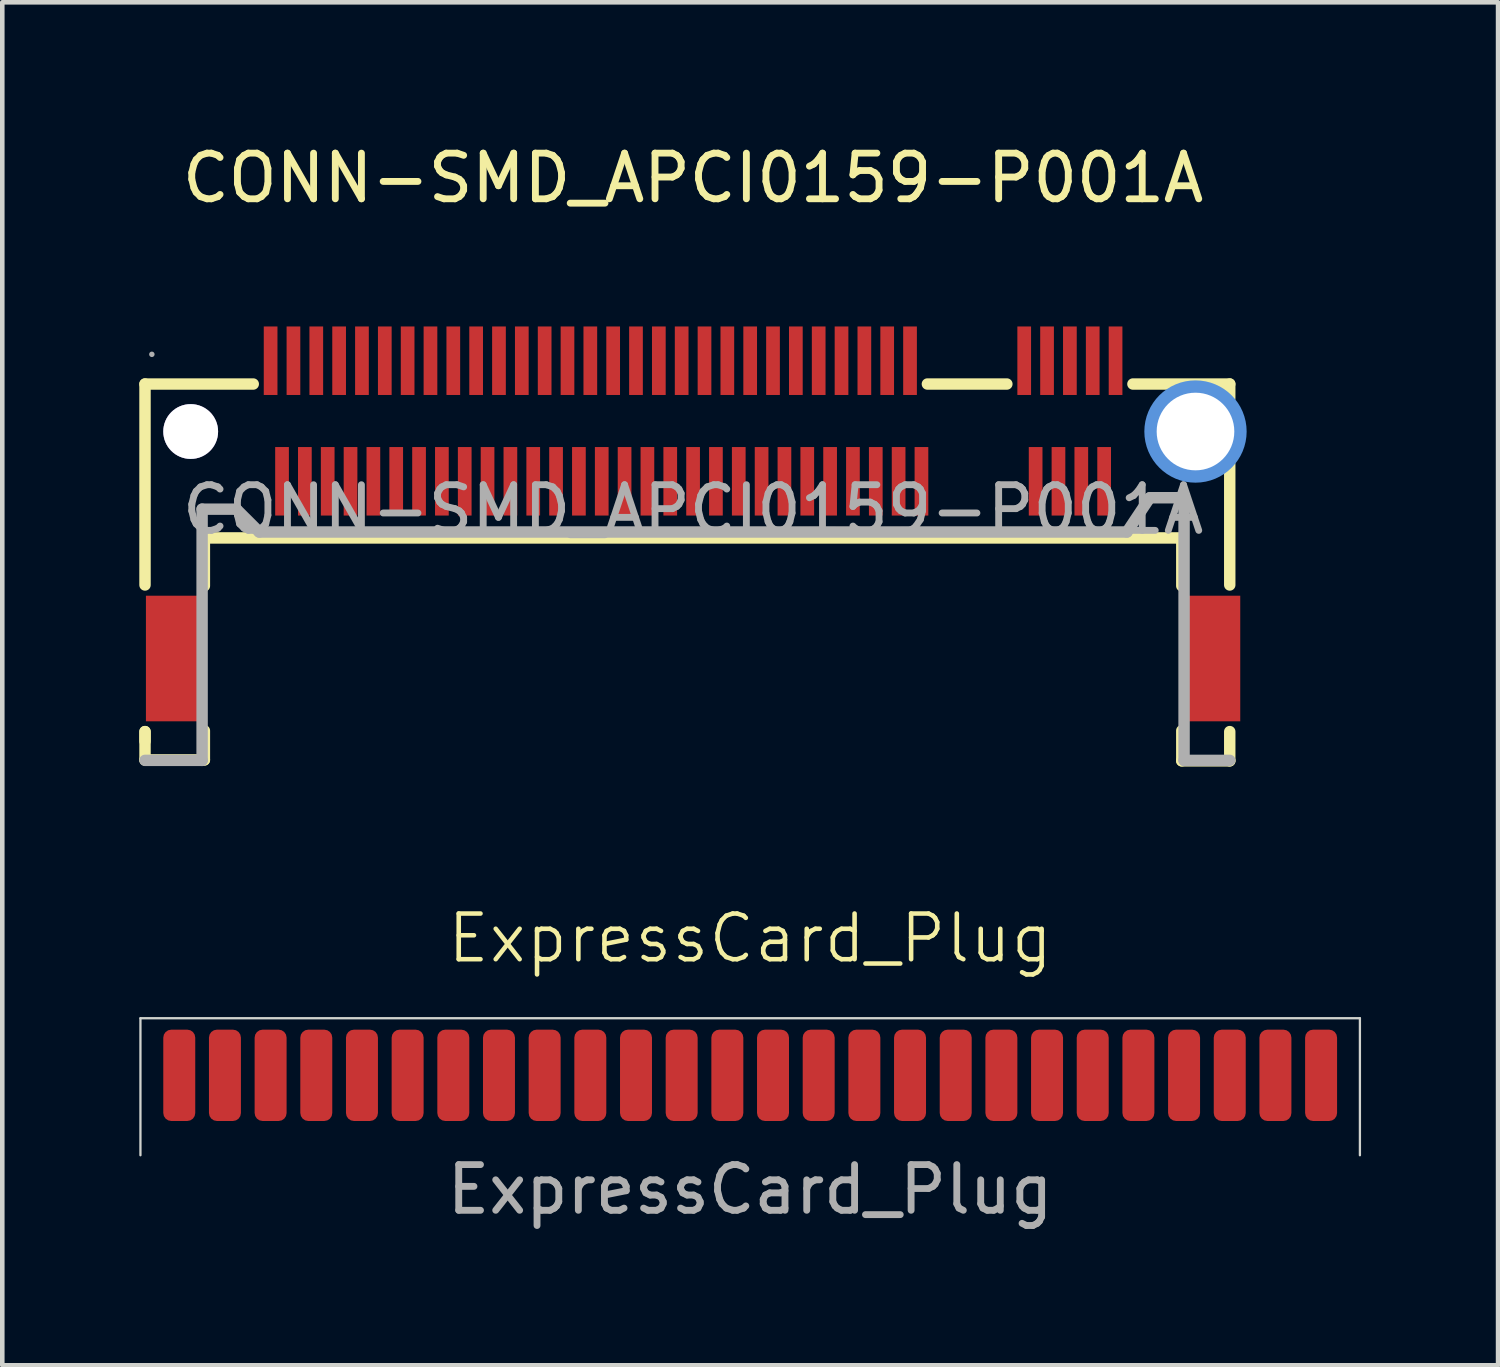
<source format=kicad_pcb>
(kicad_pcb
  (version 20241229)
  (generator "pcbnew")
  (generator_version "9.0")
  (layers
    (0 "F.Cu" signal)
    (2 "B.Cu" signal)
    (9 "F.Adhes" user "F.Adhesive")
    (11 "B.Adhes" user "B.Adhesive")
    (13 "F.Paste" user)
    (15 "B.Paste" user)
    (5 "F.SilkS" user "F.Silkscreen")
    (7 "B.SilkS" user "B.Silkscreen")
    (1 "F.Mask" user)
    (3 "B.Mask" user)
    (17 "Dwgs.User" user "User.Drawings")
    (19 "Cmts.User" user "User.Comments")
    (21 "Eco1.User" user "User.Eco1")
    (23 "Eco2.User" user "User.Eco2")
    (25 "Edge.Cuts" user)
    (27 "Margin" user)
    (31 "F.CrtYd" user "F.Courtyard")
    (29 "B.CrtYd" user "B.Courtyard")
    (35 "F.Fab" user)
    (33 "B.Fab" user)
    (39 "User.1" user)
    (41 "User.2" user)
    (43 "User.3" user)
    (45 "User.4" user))
  (footprint "CONN-SMD_APCI0159-P001A"
    (layer "F.Cu")
    (at 12.125 8.108)
    (property "Reference" "CONN-SMD_APCI0159-P001A" (at 0 -7.26 0) (layer "F.SilkS") (effects (font (size 1 1) (thickness 0.15))))
    (attr smd)
    (fp_line (start -12 -2.75) (end -12 1.65) (stroke (width 0.25) (type solid)) (layer "F.SilkS"))
    (fp_line (start -12 4.86) (end -12 5.07) (stroke (width 0.25) (type solid)) (layer "F.SilkS"))
    (fp_line (start -12 4.86) (end -12 5.48) (stroke (width 0.25) (type solid)) (layer "F.SilkS"))
    (fp_line (start -12 5.48) (end -10.7 5.48) (stroke (width 0.25) (type solid)) (layer "F.SilkS"))
    (fp_line (start -10.7 0.62) (end 10.7 0.62) (stroke (width 0.25) (type solid)) (layer "F.SilkS"))
    (fp_line (start -10.7 1.67) (end -10.7 0.62) (stroke (width 0.25) (type solid)) (layer "F.SilkS"))
    (fp_line (start -10.7 5.48) (end -10.7 4.84) (stroke (width 0.25) (type solid)) (layer "F.SilkS"))
    (fp_line (start -9.63 -2.75) (end -12 -2.75) (stroke (width 0.25) (type solid)) (layer "F.SilkS"))
    (fp_line (start 6.87 -2.75) (end 5.13 -2.75) (stroke (width 0.25) (type solid)) (layer "F.SilkS"))
    (fp_line (start 10.7 1.67) (end 10.7 0.62) (stroke (width 0.25) (type solid)) (layer "F.SilkS"))
    (fp_line (start 10.7 4.84) (end 10.7 5.5) (stroke (width 0.25) (type solid)) (layer "F.SilkS"))
    (fp_line (start 10.7 5.5) (end 11.75 5.5) (stroke (width 0.25) (type solid)) (layer "F.SilkS"))
    (fp_line (start 11.75 -2.75) (end 9.63 -2.75) (stroke (width 0.25) (type solid)) (layer "F.SilkS"))
    (fp_line (start 11.75 -2.44) (end 11.75 -2.75) (stroke (width 0.25) (type solid)) (layer "F.SilkS"))
    (fp_line (start 11.75 1.65) (end 11.75 -0.99) (stroke (width 0.25) (type solid)) (layer "F.SilkS"))
    (fp_line (start 11.75 5.5) (end 11.75 4.86) (stroke (width 0.25) (type solid)) (layer "F.SilkS"))
    (fp_circle (center -11 -1.71) (end -10.75 -1.71) (stroke (width 0.5) (type solid)) (fill no) (layer "Cmts.User"))
    (fp_circle (center 11 -1.71) (end 11.37 -1.71) (stroke (width 0.75) (type solid)) (fill no) (layer "Cmts.User"))
    (fp_line (start -12 5.49) (end -10.75 5.49) (stroke (width 0.25) (type solid)) (layer "F.Fab"))
    (fp_line (start -10.75 -0.01) (end -10 -0.01) (stroke (width 0.25) (type solid)) (layer "F.Fab"))
    (fp_line (start -10.75 5.49) (end -10.75 -0.01) (stroke (width 0.25) (type solid)) (layer "F.Fab"))
    (fp_line (start -10 -0.01) (end -9.5 0.49) (stroke (width 0.25) (type solid)) (layer "F.Fab"))
    (fp_line (start -9.5 0.49) (end 9.5 0.49) (stroke (width 0.25) (type solid)) (layer "F.Fab"))
    (fp_line (start 9.5 0.49) (end 10 -0.26) (stroke (width 0.25) (type solid)) (layer "F.Fab"))
    (fp_line (start 10 -0.26) (end 10.75 -0.26) (stroke (width 0.25) (type solid)) (layer "F.Fab"))
    (fp_line (start 10.75 -0.26) (end 10.75 5.49) (stroke (width 0.25) (type solid)) (layer "F.Fab"))
    (fp_line (start 10.75 5.49) (end 11.75 5.49) (stroke (width 0.25) (type solid)) (layer "F.Fab"))
    (fp_circle (center -11.85 -3.4) (end -11.82 -3.4) (stroke (width 0.06) (type solid)) (fill no) (layer "F.Fab"))
    (fp_text user "${REFERENCE}" (at 0 0 0) (layer "F.Fab") (effects (font (size 1 1) (thickness 0.15))))
    (pad "" thru_hole circle (at -11 -1.71) (size 1.2 1.2) (drill 1.2) (layers "*.Cu" "*.Mask"))
    (pad "" thru_hole circle (at 11 -1.71) (size 1.7 1.7) (drill 1.7) (layers "*.Cu" "*.Mask"))
    (pad "1" smd rect (at -9.25 -3.26 90) (size 1.5 0.3) (layers "F.Cu" "F.Mask" "F.Paste"))
    (pad "2" smd rect (at -9 -0.62 90) (size 1.5 0.3) (layers "F.Cu" "F.Mask" "F.Paste"))
    (pad "3" smd rect (at -8.75 -3.26 90) (size 1.5 0.3) (layers "F.Cu" "F.Mask" "F.Paste"))
    (pad "4" smd rect (at -8.5 -0.62 90) (size 1.5 0.3) (layers "F.Cu" "F.Mask" "F.Paste"))
    (pad "5" smd rect (at -8.25 -3.26 90) (size 1.5 0.3) (layers "F.Cu" "F.Mask" "F.Paste"))
    (pad "6" smd rect (at -8 -0.62 90) (size 1.5 0.3) (layers "F.Cu" "F.Mask" "F.Paste"))
    (pad "7" smd rect (at -7.75 -3.26 90) (size 1.5 0.3) (layers "F.Cu" "F.Mask" "F.Paste"))
    (pad "8" smd rect (at -7.5 -0.62 90) (size 1.5 0.3) (layers "F.Cu" "F.Mask" "F.Paste"))
    (pad "9" smd rect (at -7.25 -3.26 90) (size 1.5 0.3) (layers "F.Cu" "F.Mask" "F.Paste"))
    (pad "10" smd rect (at -7 -0.62 90) (size 1.5 0.3) (layers "F.Cu" "F.Mask" "F.Paste"))
    (pad "11" smd rect (at -6.75 -3.26 90) (size 1.5 0.3) (layers "F.Cu" "F.Mask" "F.Paste"))
    (pad "12" smd rect (at -6.5 -0.62 90) (size 1.5 0.3) (layers "F.Cu" "F.Mask" "F.Paste"))
    (pad "13" smd rect (at -6.25 -3.26 90) (size 1.5 0.3) (layers "F.Cu" "F.Mask" "F.Paste"))
    (pad "14" smd rect (at -6 -0.62 90) (size 1.5 0.3) (layers "F.Cu" "F.Mask" "F.Paste"))
    (pad "15" smd rect (at -5.75 -3.26 90) (size 1.5 0.3) (layers "F.Cu" "F.Mask" "F.Paste"))
    (pad "16" smd rect (at -5.5 -0.62 90) (size 1.5 0.3) (layers "F.Cu" "F.Mask" "F.Paste"))
    (pad "17" smd rect (at -5.25 -3.26 90) (size 1.5 0.3) (layers "F.Cu" "F.Mask" "F.Paste"))
    (pad "18" smd rect (at -5 -0.62 90) (size 1.5 0.3) (layers "F.Cu" "F.Mask" "F.Paste"))
    (pad "19" smd rect (at -4.75 -3.26 90) (size 1.5 0.3) (layers "F.Cu" "F.Mask" "F.Paste"))
    (pad "20" smd rect (at -4.5 -0.62 90) (size 1.5 0.3) (layers "F.Cu" "F.Mask" "F.Paste"))
    (pad "21" smd rect (at -4.25 -3.26 90) (size 1.5 0.3) (layers "F.Cu" "F.Mask" "F.Paste"))
    (pad "22" smd rect (at -4 -0.62 90) (size 1.5 0.3) (layers "F.Cu" "F.Mask" "F.Paste"))
    (pad "23" smd rect (at -3.75 -3.26 90) (size 1.5 0.3) (layers "F.Cu" "F.Mask" "F.Paste"))
    (pad "24" smd rect (at -3.5 -0.62 90) (size 1.5 0.3) (layers "F.Cu" "F.Mask" "F.Paste"))
    (pad "25" smd rect (at -3.25 -3.26 90) (size 1.5 0.3) (layers "F.Cu" "F.Mask" "F.Paste"))
    (pad "26" smd rect (at -3 -0.62 90) (size 1.5 0.3) (layers "F.Cu" "F.Mask" "F.Paste"))
    (pad "27" smd rect (at -2.75 -3.26 90) (size 1.5 0.3) (layers "F.Cu" "F.Mask" "F.Paste"))
    (pad "28" smd rect (at -2.5 -0.62 90) (size 1.5 0.3) (layers "F.Cu" "F.Mask" "F.Paste"))
    (pad "29" smd rect (at -2.25 -3.26 90) (size 1.5 0.3) (layers "F.Cu" "F.Mask" "F.Paste"))
    (pad "30" smd rect (at -2 -0.62 90) (size 1.5 0.3) (layers "F.Cu" "F.Mask" "F.Paste"))
    (pad "31" smd rect (at -1.75 -3.26 90) (size 1.5 0.3) (layers "F.Cu" "F.Mask" "F.Paste"))
    (pad "32" smd rect (at -1.5 -0.62 90) (size 1.5 0.3) (layers "F.Cu" "F.Mask" "F.Paste"))
    (pad "33" smd rect (at -1.25 -3.26 90) (size 1.5 0.3) (layers "F.Cu" "F.Mask" "F.Paste"))
    (pad "34" smd rect (at -1 -0.62 90) (size 1.5 0.3) (layers "F.Cu" "F.Mask" "F.Paste"))
    (pad "35" smd rect (at -0.75 -3.26 90) (size 1.5 0.3) (layers "F.Cu" "F.Mask" "F.Paste"))
    (pad "36" smd rect (at -0.5 -0.62 90) (size 1.5 0.3) (layers "F.Cu" "F.Mask" "F.Paste"))
    (pad "37" smd rect (at -0.25 -3.26 90) (size 1.5 0.3) (layers "F.Cu" "F.Mask" "F.Paste"))
    (pad "38" smd rect (at 0 -0.62 90) (size 1.5 0.3) (layers "F.Cu" "F.Mask" "F.Paste"))
    (pad "39" smd rect (at 0.25 -3.26 90) (size 1.5 0.3) (layers "F.Cu" "F.Mask" "F.Paste"))
    (pad "40" smd rect (at 0.5 -0.62 90) (size 1.5 0.3) (layers "F.Cu" "F.Mask" "F.Paste"))
    (pad "41" smd rect (at 0.75 -3.26 90) (size 1.5 0.3) (layers "F.Cu" "F.Mask" "F.Paste"))
    (pad "42" smd rect (at 1 -0.62 90) (size 1.5 0.3) (layers "F.Cu" "F.Mask" "F.Paste"))
    (pad "43" smd rect (at 1.25 -3.26 90) (size 1.5 0.3) (layers "F.Cu" "F.Mask" "F.Paste"))
    (pad "44" smd rect (at 1.5 -0.62 90) (size 1.5 0.3) (layers "F.Cu" "F.Mask" "F.Paste"))
    (pad "45" smd rect (at 1.75 -3.26 90) (size 1.5 0.3) (layers "F.Cu" "F.Mask" "F.Paste"))
    (pad "46" smd rect (at 2 -0.62 90) (size 1.5 0.3) (layers "F.Cu" "F.Mask" "F.Paste"))
    (pad "47" smd rect (at 2.25 -3.26 90) (size 1.5 0.3) (layers "F.Cu" "F.Mask" "F.Paste"))
    (pad "48" smd rect (at 2.5 -0.62 90) (size 1.5 0.3) (layers "F.Cu" "F.Mask" "F.Paste"))
    (pad "49" smd rect (at 2.75 -3.26 90) (size 1.5 0.3) (layers "F.Cu" "F.Mask" "F.Paste"))
    (pad "50" smd rect (at 3 -0.62 90) (size 1.5 0.3) (layers "F.Cu" "F.Mask" "F.Paste"))
    (pad "51" smd rect (at 3.25 -3.26 90) (size 1.5 0.3) (layers "F.Cu" "F.Mask" "F.Paste"))
    (pad "52" smd rect (at 3.5 -0.62 90) (size 1.5 0.3) (layers "F.Cu" "F.Mask" "F.Paste"))
    (pad "53" smd rect (at 3.75 -3.26 90) (size 1.5 0.3) (layers "F.Cu" "F.Mask" "F.Paste"))
    (pad "54" smd rect (at 4 -0.62 90) (size 1.5 0.3) (layers "F.Cu" "F.Mask" "F.Paste"))
    (pad "55" smd rect (at 4.25 -3.26 90) (size 1.5 0.3) (layers "F.Cu" "F.Mask" "F.Paste"))
    (pad "56" smd rect (at 4.5 -0.62 90) (size 1.5 0.3) (layers "F.Cu" "F.Mask" "F.Paste"))
    (pad "57" smd rect (at 4.75 -3.26 90) (size 1.5 0.3) (layers "F.Cu" "F.Mask" "F.Paste"))
    (pad "58" smd rect (at 5 -0.62 90) (size 1.5 0.3) (layers "F.Cu" "F.Mask" "F.Paste"))
    (pad "67" smd rect (at 7.25 -3.26 90) (size 1.5 0.3) (layers "F.Cu" "F.Mask" "F.Paste"))
    (pad "68" smd rect (at 7.5 -0.62 90) (size 1.5 0.3) (layers "F.Cu" "F.Mask" "F.Paste"))
    (pad "69" smd rect (at 7.75 -3.26 90) (size 1.5 0.3) (layers "F.Cu" "F.Mask" "F.Paste"))
    (pad "70" smd rect (at 8 -0.62 90) (size 1.5 0.3) (layers "F.Cu" "F.Mask" "F.Paste"))
    (pad "71" smd rect (at 8.25 -3.26 90) (size 1.5 0.3) (layers "F.Cu" "F.Mask" "F.Paste"))
    (pad "72" smd rect (at 8.5 -0.62 90) (size 1.5 0.3) (layers "F.Cu" "F.Mask" "F.Paste"))
    (pad "73" smd rect (at 8.75 -3.26 90) (size 1.5 0.3) (layers "F.Cu" "F.Mask" "F.Paste"))
    (pad "74" smd rect (at 9 -0.62 90) (size 1.5 0.3) (layers "F.Cu" "F.Mask" "F.Paste"))
    (pad "75" smd rect (at 9.25 -3.26 90) (size 1.5 0.3) (layers "F.Cu" "F.Mask" "F.Paste"))
    (pad "76" smd rect (at 11.38 3.26 90) (size 2.75 1.2) (layers "F.Cu" "F.Mask" "F.Paste"))
    (pad "77" smd rect (at -11.38 3.26 90) (size 2.75 1.2) (layers "F.Cu" "F.Mask" "F.Paste")))
  (footprint "ExpressCard_Plug"
    (layer "F.Cu")
    (at 13.375 20.494)
    (property "Reference" "ExpressCard_Plug" (at 0 -3 0) (unlocked yes) (layer "F.SilkS") (effects (font (size 1 1) (thickness 0.1))))
    (attr smd)
    (fp_line (start -13.35 -1.25) (end 13.35 -1.25) (stroke (width 0.05) (type default)) (layer "Edge.Cuts"))
    (fp_line (start -13.35 1.75) (end -13.35 -1.25) (stroke (width 0.05) (type default)) (layer "Edge.Cuts"))
    (fp_line (start 13.35 -1.25) (end 13.35 1.75) (stroke (width 0.05) (type default)) (layer "Edge.Cuts"))
    (fp_text user "${REFERENCE}" (at 0 2.5 0) (unlocked yes) (layer "F.Fab") (effects (font (size 1 1) (thickness 0.15))))
    (pad "1" smd roundrect (at -12.5 0) (size 0.7 2) (layers "F.Cu" "F.Mask" "F.Paste") (roundrect_rratio 0.25))
    (pad "2" smd roundrect (at -11.5 0) (size 0.7 2) (layers "F.Cu" "F.Mask" "F.Paste") (roundrect_rratio 0.25))
    (pad "3" smd roundrect (at -10.5 0) (size 0.7 2) (layers "F.Cu" "F.Mask" "F.Paste") (roundrect_rratio 0.25))
    (pad "4" smd roundrect (at -9.5 0) (size 0.7 2) (layers "F.Cu" "F.Mask" "F.Paste") (roundrect_rratio 0.25))
    (pad "5" smd roundrect (at -8.5 0) (size 0.7 2) (layers "F.Cu" "F.Mask" "F.Paste") (roundrect_rratio 0.25))
    (pad "6" smd roundrect (at -7.5 0) (size 0.7 2) (layers "F.Cu" "F.Mask" "F.Paste") (roundrect_rratio 0.25))
    (pad "7" smd roundrect (at -6.5 0) (size 0.7 2) (layers "F.Cu" "F.Mask" "F.Paste") (roundrect_rratio 0.25))
    (pad "8" smd roundrect (at -5.5 0) (size 0.7 2) (layers "F.Cu" "F.Mask" "F.Paste") (roundrect_rratio 0.25))
    (pad "9" smd roundrect (at -4.5 0) (size 0.7 2) (layers "F.Cu" "F.Mask" "F.Paste") (roundrect_rratio 0.25))
    (pad "10" smd roundrect (at -3.5 0) (size 0.7 2) (layers "F.Cu" "F.Mask" "F.Paste") (roundrect_rratio 0.25))
    (pad "11" smd roundrect (at -2.5 0) (size 0.7 2) (layers "F.Cu" "F.Mask" "F.Paste") (roundrect_rratio 0.25))
    (pad "12" smd roundrect (at -1.5 0) (size 0.7 2) (layers "F.Cu" "F.Mask" "F.Paste") (roundrect_rratio 0.25))
    (pad "13" smd roundrect (at -0.5 0) (size 0.7 2) (layers "F.Cu" "F.Mask" "F.Paste") (roundrect_rratio 0.25))
    (pad "14" smd roundrect (at 0.5 0) (size 0.7 2) (layers "F.Cu" "F.Mask" "F.Paste") (roundrect_rratio 0.25))
    (pad "15" smd roundrect (at 1.5 0) (size 0.7 2) (layers "F.Cu" "F.Mask" "F.Paste") (roundrect_rratio 0.25))
    (pad "16" smd roundrect (at 2.5 0) (size 0.7 2) (layers "F.Cu" "F.Mask" "F.Paste") (roundrect_rratio 0.25))
    (pad "17" smd roundrect (at 3.5 0) (size 0.7 2) (layers "F.Cu" "F.Mask" "F.Paste") (roundrect_rratio 0.25))
    (pad "18" smd roundrect (at 4.5 0) (size 0.7 2) (layers "F.Cu" "F.Mask" "F.Paste") (roundrect_rratio 0.25))
    (pad "19" smd roundrect (at 5.5 0) (size 0.7 2) (layers "F.Cu" "F.Mask" "F.Paste") (roundrect_rratio 0.25))
    (pad "20" smd roundrect (at 6.5 0) (size 0.7 2) (layers "F.Cu" "F.Mask" "F.Paste") (roundrect_rratio 0.25))
    (pad "21" smd roundrect (at 7.5 0) (size 0.7 2) (layers "F.Cu" "F.Mask" "F.Paste") (roundrect_rratio 0.25))
    (pad "22" smd roundrect (at 8.5 0) (size 0.7 2) (layers "F.Cu" "F.Mask" "F.Paste") (roundrect_rratio 0.25))
    (pad "23" smd roundrect (at 9.5 0) (size 0.7 2) (layers "F.Cu" "F.Mask" "F.Paste") (roundrect_rratio 0.25))
    (pad "24" smd roundrect (at 10.5 0) (size 0.7 2) (layers "F.Cu" "F.Mask" "F.Paste") (roundrect_rratio 0.25))
    (pad "25" smd roundrect (at 11.5 0) (size 0.7 2) (layers "F.Cu" "F.Mask" "F.Paste") (roundrect_rratio 0.25))
    (pad "26" smd roundrect (at 12.5 0) (size 0.7 2) (layers "F.Cu" "F.Mask" "F.Paste") (roundrect_rratio 0.25)))
  (gr_rect
    (start -3 -3)
    (end 29.75 26.842)
    (stroke (width 0.1) (type default))
    (fill no)
    (layer "Edge.Cuts")))
</source>
